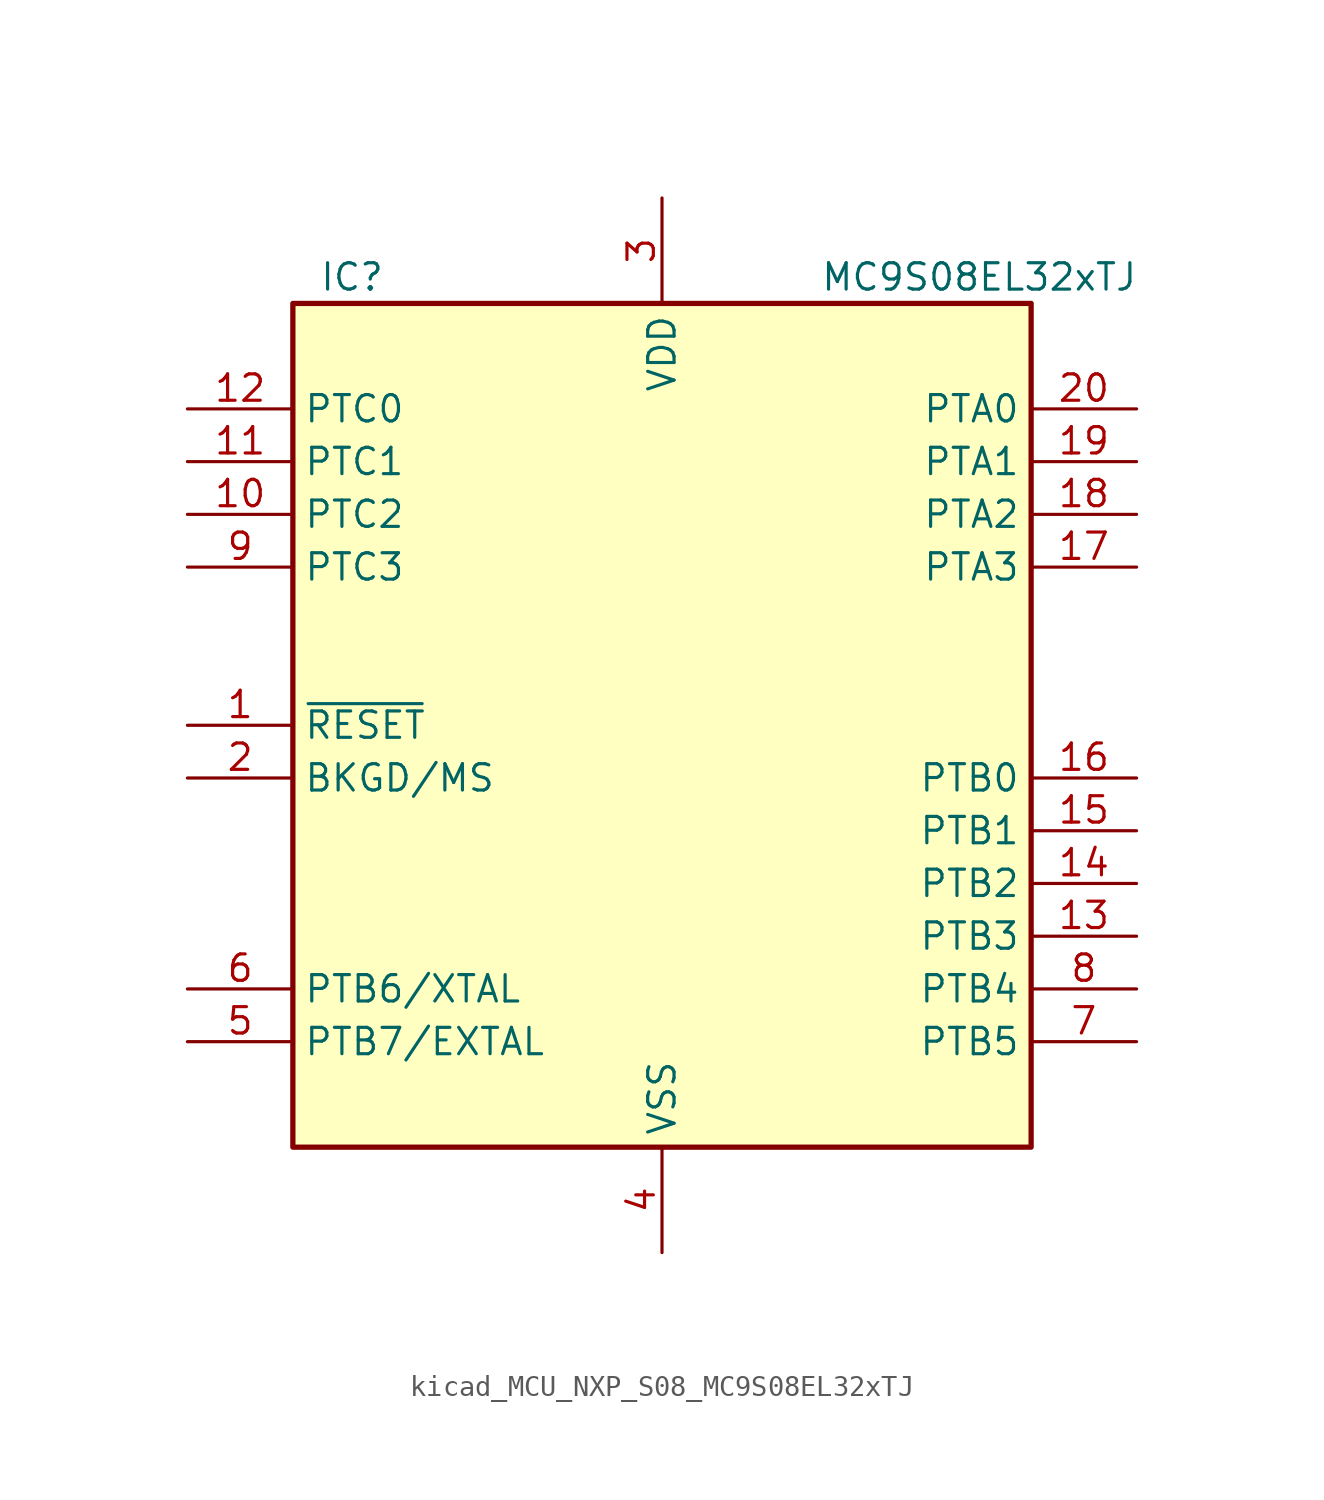
<source format=kicad_sym>
(kicad_symbol_lib
  (version 20220914)
  (generator kicad_symbol_editor)
  (symbol "kicad_MCU_NXP_S08_MC9S08EL32xTJ"
    (property "Reference" "IC"
      (at -16.51 21.59 0)
      (effects (font (size 1.27 1.27)) (justify left)))
    (property "Value" "MC9S08EL32xTJ"
      (at 7.62 21.59 0)
      (effects (font (size 1.27 1.27)) (justify left)))
    (symbol "kicad_MCU_NXP_S08_MC9S08EL32xTJ_0_1"
      (rectangle (start -17.78 20.32) (end 17.78 -20.32) (stroke (width 0.254) (type default)) (fill (type background))))
    (symbol "kicad_MCU_NXP_S08_MC9S08EL32xTJ_1_1"
      (pin input line (at -22.86 0 0) (length 5.08) (name "~{RESET}" (effects (font (size 1.27 1.27)))) (number "1" (effects (font (size 1.27 1.27)))))
      (pin bidirectional line (at -22.86 10.16 0) (length 5.08) (name "PTC2" (effects (font (size 1.27 1.27)))) (number "10" (effects (font (size 1.27 1.27)))))
      (pin bidirectional line (at -22.86 12.7 0) (length 5.08) (name "PTC1" (effects (font (size 1.27 1.27)))) (number "11" (effects (font (size 1.27 1.27)))))
      (pin bidirectional line (at -22.86 15.24 0) (length 5.08) (name "PTC0" (effects (font (size 1.27 1.27)))) (number "12" (effects (font (size 1.27 1.27)))))
      (pin bidirectional line (at 22.86 -10.16 180) (length 5.08) (name "PTB3" (effects (font (size 1.27 1.27)))) (number "13" (effects (font (size 1.27 1.27)))))
      (pin bidirectional line (at 22.86 -7.62 180) (length 5.08) (name "PTB2" (effects (font (size 1.27 1.27)))) (number "14" (effects (font (size 1.27 1.27)))))
      (pin bidirectional line (at 22.86 -5.08 180) (length 5.08) (name "PTB1" (effects (font (size 1.27 1.27)))) (number "15" (effects (font (size 1.27 1.27)))))
      (pin bidirectional line (at 22.86 -2.54 180) (length 5.08) (name "PTB0" (effects (font (size 1.27 1.27)))) (number "16" (effects (font (size 1.27 1.27)))))
      (pin bidirectional line (at 22.86 7.62 180) (length 5.08) (name "PTA3" (effects (font (size 1.27 1.27)))) (number "17" (effects (font (size 1.27 1.27)))))
      (pin bidirectional line (at 22.86 10.16 180) (length 5.08) (name "PTA2" (effects (font (size 1.27 1.27)))) (number "18" (effects (font (size 1.27 1.27)))))
      (pin bidirectional line (at 22.86 12.7 180) (length 5.08) (name "PTA1" (effects (font (size 1.27 1.27)))) (number "19" (effects (font (size 1.27 1.27)))))
      (pin bidirectional line (at -22.86 -2.54 0) (length 5.08) (name "BKGD/MS" (effects (font (size 1.27 1.27)))) (number "2" (effects (font (size 1.27 1.27)))))
      (pin bidirectional line (at 22.86 15.24 180) (length 5.08) (name "PTA0" (effects (font (size 1.27 1.27)))) (number "20" (effects (font (size 1.27 1.27)))))
      (pin power_in line (at 0 25.4 270) (length 5.08) (name "VDD" (effects (font (size 1.27 1.27)))) (number "3" (effects (font (size 1.27 1.27)))))
      (pin power_in line (at 0 -25.4 90) (length 5.08) (name "VSS" (effects (font (size 1.27 1.27)))) (number "4" (effects (font (size 1.27 1.27)))))
      (pin bidirectional line (at -22.86 -15.24 0) (length 5.08) (name "PTB7/EXTAL" (effects (font (size 1.27 1.27)))) (number "5" (effects (font (size 1.27 1.27)))))
      (pin bidirectional line (at -22.86 -12.7 0) (length 5.08) (name "PTB6/XTAL" (effects (font (size 1.27 1.27)))) (number "6" (effects (font (size 1.27 1.27)))))
      (pin bidirectional line (at 22.86 -15.24 180) (length 5.08) (name "PTB5" (effects (font (size 1.27 1.27)))) (number "7" (effects (font (size 1.27 1.27)))))
      (pin bidirectional line (at 22.86 -12.7 180) (length 5.08) (name "PTB4" (effects (font (size 1.27 1.27)))) (number "8" (effects (font (size 1.27 1.27)))))
      (pin bidirectional line (at -22.86 7.62 0) (length 5.08) (name "PTC3" (effects (font (size 1.27 1.27)))) (number "9" (effects (font (size 1.27 1.27))))))))
</source>
